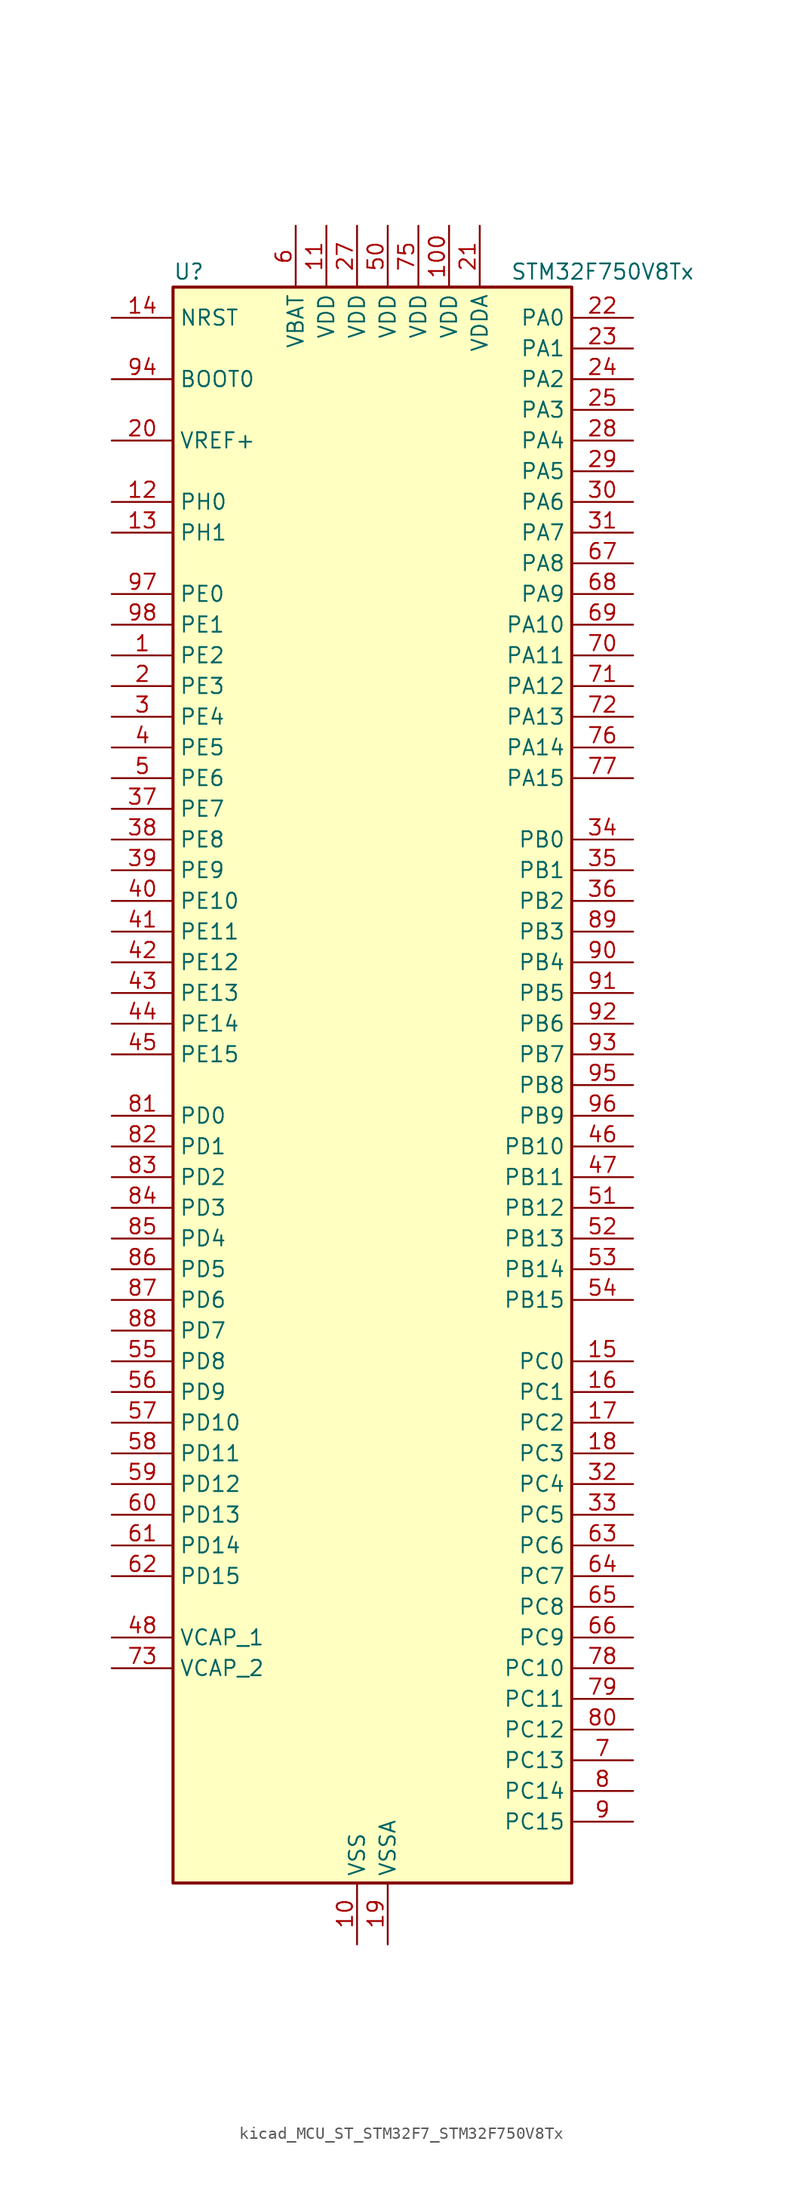
<source format=kicad_sym>
(kicad_symbol_lib
  (version 20220914)
  (generator kicad_symbol_editor)
  (symbol "kicad_MCU_ST_STM32F7_STM32F750V8Tx"
    (property "Reference" "U"
      (at -15.24 67.31 0)
      (effects (font (size 1.27 1.27)) (justify left)))
    (property "Value" "STM32F750V8Tx"
      (at 12.7 67.31 0)
      (effects (font (size 1.27 1.27)) (justify left)))
    (property "ki_locked" ""
      (at 0 0 0)
      (effects (font (size 1.27 1.27))))
    (symbol "kicad_MCU_ST_STM32F7_STM32F750V8Tx_0_1"
      (rectangle (start -15.24 -66.04) (end 17.78 66.04) (stroke (width 0.254) (type default)) (fill (type background))))
    (symbol "kicad_MCU_ST_STM32F7_STM32F750V8Tx_1_1"
      (pin bidirectional line (at -20.32 35.56 0) (length 5.08) (name "PE2" (effects (font (size 1.27 1.27)))) (number "1" (effects (font (size 1.27 1.27)))) (alternate "ETH_TXD3" bidirectional line) (alternate "FMC_A23" bidirectional line) (alternate "QUADSPI_BK1_IO2" bidirectional line) (alternate "SAI1_MCLK_A" bidirectional line) (alternate "SPI4_SCK" bidirectional line) (alternate "SYS_TRACECLK" bidirectional line))
      (pin power_in line (at 0 -71.12 90) (length 5.08) (name "VSS" (effects (font (size 1.27 1.27)))) (number "10" (effects (font (size 1.27 1.27)))))
      (pin power_in line (at 7.62 71.12 270) (length 5.08) (name "VDD" (effects (font (size 1.27 1.27)))) (number "100" (effects (font (size 1.27 1.27)))))
      (pin power_in line (at -2.54 71.12 270) (length 5.08) (name "VDD" (effects (font (size 1.27 1.27)))) (number "11" (effects (font (size 1.27 1.27)))))
      (pin bidirectional line (at -20.32 48.26 0) (length 5.08) (name "PH0" (effects (font (size 1.27 1.27)))) (number "12" (effects (font (size 1.27 1.27)))) (alternate "RCC_OSC_IN" bidirectional line))
      (pin bidirectional line (at -20.32 45.72 0) (length 5.08) (name "PH1" (effects (font (size 1.27 1.27)))) (number "13" (effects (font (size 1.27 1.27)))) (alternate "RCC_OSC_OUT" bidirectional line))
      (pin input line (at -20.32 63.5 0) (length 5.08) (name "NRST" (effects (font (size 1.27 1.27)))) (number "14" (effects (font (size 1.27 1.27)))))
      (pin bidirectional line (at 22.86 -22.86 180) (length 5.08) (name "PC0" (effects (font (size 1.27 1.27)))) (number "15" (effects (font (size 1.27 1.27)))) (alternate "ADC1_IN10" bidirectional line) (alternate "ADC2_IN10" bidirectional line) (alternate "ADC3_IN10" bidirectional line) (alternate "FMC_SDNWE" bidirectional line) (alternate "LTDC_R5" bidirectional line) (alternate "SAI2_FS_B" bidirectional line) (alternate "USB_OTG_HS_ULPI_STP" bidirectional line))
      (pin bidirectional line (at 22.86 -25.4 180) (length 5.08) (name "PC1" (effects (font (size 1.27 1.27)))) (number "16" (effects (font (size 1.27 1.27)))) (alternate "ADC1_IN11" bidirectional line) (alternate "ADC2_IN11" bidirectional line) (alternate "ADC3_IN11" bidirectional line) (alternate "ETH_MDC" bidirectional line) (alternate "I2S2_SD" bidirectional line) (alternate "RTC_TAMP3" bidirectional line) (alternate "RTC_TS" bidirectional line) (alternate "SAI1_SD_A" bidirectional line) (alternate "SPI2_MOSI" bidirectional line) (alternate "SYS_TRACED0" bidirectional line) (alternate "SYS_WKUP3" bidirectional line))
      (pin bidirectional line (at 22.86 -27.94 180) (length 5.08) (name "PC2" (effects (font (size 1.27 1.27)))) (number "17" (effects (font (size 1.27 1.27)))) (alternate "ADC1_IN12" bidirectional line) (alternate "ADC2_IN12" bidirectional line) (alternate "ADC3_IN12" bidirectional line) (alternate "ETH_TXD2" bidirectional line) (alternate "FMC_SDNE0" bidirectional line) (alternate "SPI2_MISO" bidirectional line) (alternate "USB_OTG_HS_ULPI_DIR" bidirectional line))
      (pin bidirectional line (at 22.86 -30.48 180) (length 5.08) (name "PC3" (effects (font (size 1.27 1.27)))) (number "18" (effects (font (size 1.27 1.27)))) (alternate "ADC1_IN13" bidirectional line) (alternate "ADC2_IN13" bidirectional line) (alternate "ADC3_IN13" bidirectional line) (alternate "ETH_TX_CLK" bidirectional line) (alternate "FMC_SDCKE0" bidirectional line) (alternate "I2S2_SD" bidirectional line) (alternate "SPI2_MOSI" bidirectional line) (alternate "USB_OTG_HS_ULPI_NXT" bidirectional line))
      (pin power_in line (at 2.54 -71.12 90) (length 5.08) (name "VSSA" (effects (font (size 1.27 1.27)))) (number "19" (effects (font (size 1.27 1.27)))))
      (pin bidirectional line (at -20.32 33.02 0) (length 5.08) (name "PE3" (effects (font (size 1.27 1.27)))) (number "2" (effects (font (size 1.27 1.27)))) (alternate "FMC_A19" bidirectional line) (alternate "SAI1_SD_B" bidirectional line) (alternate "SYS_TRACED0" bidirectional line))
      (pin input line (at -20.32 53.34 0) (length 5.08) (name "VREF+" (effects (font (size 1.27 1.27)))) (number "20" (effects (font (size 1.27 1.27)))))
      (pin power_in line (at 10.16 71.12 270) (length 5.08) (name "VDDA" (effects (font (size 1.27 1.27)))) (number "21" (effects (font (size 1.27 1.27)))))
      (pin bidirectional line (at 22.86 63.5 180) (length 5.08) (name "PA0" (effects (font (size 1.27 1.27)))) (number "22" (effects (font (size 1.27 1.27)))) (alternate "ADC1_IN0" bidirectional line) (alternate "ADC2_IN0" bidirectional line) (alternate "ADC3_IN0" bidirectional line) (alternate "ETH_CRS" bidirectional line) (alternate "SAI2_SD_B" bidirectional line) (alternate "SYS_WKUP1" bidirectional line) (alternate "TIM2_CH1" bidirectional line) (alternate "TIM2_ETR" bidirectional line) (alternate "TIM5_CH1" bidirectional line) (alternate "TIM8_ETR" bidirectional line) (alternate "UART4_TX" bidirectional line) (alternate "USART2_CTS" bidirectional line))
      (pin bidirectional line (at 22.86 60.96 180) (length 5.08) (name "PA1" (effects (font (size 1.27 1.27)))) (number "23" (effects (font (size 1.27 1.27)))) (alternate "ADC1_IN1" bidirectional line) (alternate "ADC2_IN1" bidirectional line) (alternate "ADC3_IN1" bidirectional line) (alternate "ETH_REF_CLK" bidirectional line) (alternate "ETH_RX_CLK" bidirectional line) (alternate "LTDC_R2" bidirectional line) (alternate "QUADSPI_BK1_IO3" bidirectional line) (alternate "SAI2_MCLK_B" bidirectional line) (alternate "TIM2_CH2" bidirectional line) (alternate "TIM5_CH2" bidirectional line) (alternate "UART4_RX" bidirectional line) (alternate "USART2_DE" bidirectional line) (alternate "USART2_RTS" bidirectional line))
      (pin bidirectional line (at 22.86 58.42 180) (length 5.08) (name "PA2" (effects (font (size 1.27 1.27)))) (number "24" (effects (font (size 1.27 1.27)))) (alternate "ADC1_IN2" bidirectional line) (alternate "ADC2_IN2" bidirectional line) (alternate "ADC3_IN2" bidirectional line) (alternate "ETH_MDIO" bidirectional line) (alternate "LTDC_R1" bidirectional line) (alternate "SAI2_SCK_B" bidirectional line) (alternate "SYS_WKUP2" bidirectional line) (alternate "TIM2_CH3" bidirectional line) (alternate "TIM5_CH3" bidirectional line) (alternate "TIM9_CH1" bidirectional line) (alternate "USART2_TX" bidirectional line))
      (pin bidirectional line (at 22.86 55.88 180) (length 5.08) (name "PA3" (effects (font (size 1.27 1.27)))) (number "25" (effects (font (size 1.27 1.27)))) (alternate "ADC1_IN3" bidirectional line) (alternate "ADC2_IN3" bidirectional line) (alternate "ADC3_IN3" bidirectional line) (alternate "ETH_COL" bidirectional line) (alternate "LTDC_B5" bidirectional line) (alternate "TIM2_CH4" bidirectional line) (alternate "TIM5_CH4" bidirectional line) (alternate "TIM9_CH2" bidirectional line) (alternate "USART2_RX" bidirectional line) (alternate "USB_OTG_HS_ULPI_D0" bidirectional line))
      (pin passive line (at 0 -71.12 90) (length 5.08) hide (name "VSS" (effects (font (size 1.27 1.27)))) (number "26" (effects (font (size 1.27 1.27)))))
      (pin power_in line (at 0 71.12 270) (length 5.08) (name "VDD" (effects (font (size 1.27 1.27)))) (number "27" (effects (font (size 1.27 1.27)))))
      (pin bidirectional line (at 22.86 53.34 180) (length 5.08) (name "PA4" (effects (font (size 1.27 1.27)))) (number "28" (effects (font (size 1.27 1.27)))) (alternate "ADC1_IN4" bidirectional line) (alternate "ADC2_IN4" bidirectional line) (alternate "DAC_OUT1" bidirectional line) (alternate "DCMI_HSYNC" bidirectional line) (alternate "I2S1_WS" bidirectional line) (alternate "I2S3_WS" bidirectional line) (alternate "LTDC_VSYNC" bidirectional line) (alternate "SPI1_NSS" bidirectional line) (alternate "SPI3_NSS" bidirectional line) (alternate "USART2_CK" bidirectional line) (alternate "USB_OTG_HS_SOF" bidirectional line))
      (pin bidirectional line (at 22.86 50.8 180) (length 5.08) (name "PA5" (effects (font (size 1.27 1.27)))) (number "29" (effects (font (size 1.27 1.27)))) (alternate "ADC1_IN5" bidirectional line) (alternate "ADC2_IN5" bidirectional line) (alternate "DAC_OUT2" bidirectional line) (alternate "I2S1_CK" bidirectional line) (alternate "LTDC_R4" bidirectional line) (alternate "SPI1_SCK" bidirectional line) (alternate "TIM2_CH1" bidirectional line) (alternate "TIM2_ETR" bidirectional line) (alternate "TIM8_CH1N" bidirectional line) (alternate "USB_OTG_HS_ULPI_CK" bidirectional line))
      (pin bidirectional line (at -20.32 30.48 0) (length 5.08) (name "PE4" (effects (font (size 1.27 1.27)))) (number "3" (effects (font (size 1.27 1.27)))) (alternate "DCMI_D4" bidirectional line) (alternate "FMC_A20" bidirectional line) (alternate "LTDC_B0" bidirectional line) (alternate "SAI1_FS_A" bidirectional line) (alternate "SPI4_NSS" bidirectional line) (alternate "SYS_TRACED1" bidirectional line))
      (pin bidirectional line (at 22.86 48.26 180) (length 5.08) (name "PA6" (effects (font (size 1.27 1.27)))) (number "30" (effects (font (size 1.27 1.27)))) (alternate "ADC1_IN6" bidirectional line) (alternate "ADC2_IN6" bidirectional line) (alternate "DCMI_PIXCLK" bidirectional line) (alternate "LTDC_G2" bidirectional line) (alternate "SPI1_MISO" bidirectional line) (alternate "TIM13_CH1" bidirectional line) (alternate "TIM1_BKIN" bidirectional line) (alternate "TIM3_CH1" bidirectional line) (alternate "TIM8_BKIN" bidirectional line))
      (pin bidirectional line (at 22.86 45.72 180) (length 5.08) (name "PA7" (effects (font (size 1.27 1.27)))) (number "31" (effects (font (size 1.27 1.27)))) (alternate "ADC1_IN7" bidirectional line) (alternate "ADC2_IN7" bidirectional line) (alternate "ETH_CRS_DV" bidirectional line) (alternate "ETH_RX_DV" bidirectional line) (alternate "FMC_SDNWE" bidirectional line) (alternate "I2S1_SD" bidirectional line) (alternate "SPI1_MOSI" bidirectional line) (alternate "TIM14_CH1" bidirectional line) (alternate "TIM1_CH1N" bidirectional line) (alternate "TIM3_CH2" bidirectional line) (alternate "TIM8_CH1N" bidirectional line))
      (pin bidirectional line (at 22.86 -33.02 180) (length 5.08) (name "PC4" (effects (font (size 1.27 1.27)))) (number "32" (effects (font (size 1.27 1.27)))) (alternate "ADC1_IN14" bidirectional line) (alternate "ADC2_IN14" bidirectional line) (alternate "ETH_RXD0" bidirectional line) (alternate "FMC_SDNE0" bidirectional line) (alternate "I2S1_MCK" bidirectional line) (alternate "SPDIFRX_IN2" bidirectional line))
      (pin bidirectional line (at 22.86 -35.56 180) (length 5.08) (name "PC5" (effects (font (size 1.27 1.27)))) (number "33" (effects (font (size 1.27 1.27)))) (alternate "ADC1_IN15" bidirectional line) (alternate "ADC2_IN15" bidirectional line) (alternate "ETH_RXD1" bidirectional line) (alternate "FMC_SDCKE0" bidirectional line) (alternate "SPDIFRX_IN3" bidirectional line))
      (pin bidirectional line (at 22.86 20.32 180) (length 5.08) (name "PB0" (effects (font (size 1.27 1.27)))) (number "34" (effects (font (size 1.27 1.27)))) (alternate "ADC1_IN8" bidirectional line) (alternate "ADC2_IN8" bidirectional line) (alternate "ETH_RXD2" bidirectional line) (alternate "LTDC_R3" bidirectional line) (alternate "TIM1_CH2N" bidirectional line) (alternate "TIM3_CH3" bidirectional line) (alternate "TIM8_CH2N" bidirectional line) (alternate "UART4_CTS" bidirectional line) (alternate "USB_OTG_HS_ULPI_D1" bidirectional line))
      (pin bidirectional line (at 22.86 17.78 180) (length 5.08) (name "PB1" (effects (font (size 1.27 1.27)))) (number "35" (effects (font (size 1.27 1.27)))) (alternate "ADC1_IN9" bidirectional line) (alternate "ADC2_IN9" bidirectional line) (alternate "ETH_RXD3" bidirectional line) (alternate "LTDC_R6" bidirectional line) (alternate "TIM1_CH3N" bidirectional line) (alternate "TIM3_CH4" bidirectional line) (alternate "TIM8_CH3N" bidirectional line) (alternate "USB_OTG_HS_ULPI_D2" bidirectional line))
      (pin bidirectional line (at 22.86 15.24 180) (length 5.08) (name "PB2" (effects (font (size 1.27 1.27)))) (number "36" (effects (font (size 1.27 1.27)))) (alternate "I2S3_SD" bidirectional line) (alternate "QUADSPI_CLK" bidirectional line) (alternate "SAI1_SD_A" bidirectional line) (alternate "SPI3_MOSI" bidirectional line))
      (pin bidirectional line (at -20.32 22.86 0) (length 5.08) (name "PE7" (effects (font (size 1.27 1.27)))) (number "37" (effects (font (size 1.27 1.27)))) (alternate "FMC_D4" bidirectional line) (alternate "FMC_DA4" bidirectional line) (alternate "QUADSPI_BK2_IO0" bidirectional line) (alternate "TIM1_ETR" bidirectional line) (alternate "UART7_RX" bidirectional line))
      (pin bidirectional line (at -20.32 20.32 0) (length 5.08) (name "PE8" (effects (font (size 1.27 1.27)))) (number "38" (effects (font (size 1.27 1.27)))) (alternate "FMC_D5" bidirectional line) (alternate "FMC_DA5" bidirectional line) (alternate "QUADSPI_BK2_IO1" bidirectional line) (alternate "TIM1_CH1N" bidirectional line) (alternate "UART7_TX" bidirectional line))
      (pin bidirectional line (at -20.32 17.78 0) (length 5.08) (name "PE9" (effects (font (size 1.27 1.27)))) (number "39" (effects (font (size 1.27 1.27)))) (alternate "DAC_EXTI9" bidirectional line) (alternate "FMC_D6" bidirectional line) (alternate "FMC_DA6" bidirectional line) (alternate "QUADSPI_BK2_IO2" bidirectional line) (alternate "TIM1_CH1" bidirectional line) (alternate "UART7_DE" bidirectional line) (alternate "UART7_RTS" bidirectional line))
      (pin bidirectional line (at -20.32 27.94 0) (length 5.08) (name "PE5" (effects (font (size 1.27 1.27)))) (number "4" (effects (font (size 1.27 1.27)))) (alternate "DCMI_D6" bidirectional line) (alternate "FMC_A21" bidirectional line) (alternate "LTDC_G0" bidirectional line) (alternate "SAI1_SCK_A" bidirectional line) (alternate "SPI4_MISO" bidirectional line) (alternate "SYS_TRACED2" bidirectional line) (alternate "TIM9_CH1" bidirectional line))
      (pin bidirectional line (at -20.32 15.24 0) (length 5.08) (name "PE10" (effects (font (size 1.27 1.27)))) (number "40" (effects (font (size 1.27 1.27)))) (alternate "FMC_D7" bidirectional line) (alternate "FMC_DA7" bidirectional line) (alternate "QUADSPI_BK2_IO3" bidirectional line) (alternate "TIM1_CH2N" bidirectional line) (alternate "UART7_CTS" bidirectional line))
      (pin bidirectional line (at -20.32 12.7 0) (length 5.08) (name "PE11" (effects (font (size 1.27 1.27)))) (number "41" (effects (font (size 1.27 1.27)))) (alternate "ADC1_EXTI11" bidirectional line) (alternate "ADC2_EXTI11" bidirectional line) (alternate "ADC3_EXTI11" bidirectional line) (alternate "FMC_D8" bidirectional line) (alternate "FMC_DA8" bidirectional line) (alternate "LTDC_G3" bidirectional line) (alternate "SAI2_SD_B" bidirectional line) (alternate "SPI4_NSS" bidirectional line) (alternate "TIM1_CH2" bidirectional line))
      (pin bidirectional line (at -20.32 10.16 0) (length 5.08) (name "PE12" (effects (font (size 1.27 1.27)))) (number "42" (effects (font (size 1.27 1.27)))) (alternate "FMC_D9" bidirectional line) (alternate "FMC_DA9" bidirectional line) (alternate "LTDC_B4" bidirectional line) (alternate "SAI2_SCK_B" bidirectional line) (alternate "SPI4_SCK" bidirectional line) (alternate "TIM1_CH3N" bidirectional line))
      (pin bidirectional line (at -20.32 7.62 0) (length 5.08) (name "PE13" (effects (font (size 1.27 1.27)))) (number "43" (effects (font (size 1.27 1.27)))) (alternate "FMC_D10" bidirectional line) (alternate "FMC_DA10" bidirectional line) (alternate "LTDC_DE" bidirectional line) (alternate "SAI2_FS_B" bidirectional line) (alternate "SPI4_MISO" bidirectional line) (alternate "TIM1_CH3" bidirectional line))
      (pin bidirectional line (at -20.32 5.08 0) (length 5.08) (name "PE14" (effects (font (size 1.27 1.27)))) (number "44" (effects (font (size 1.27 1.27)))) (alternate "FMC_D11" bidirectional line) (alternate "FMC_DA11" bidirectional line) (alternate "LTDC_CLK" bidirectional line) (alternate "SAI2_MCLK_B" bidirectional line) (alternate "SPI4_MOSI" bidirectional line) (alternate "TIM1_CH4" bidirectional line))
      (pin bidirectional line (at -20.32 2.54 0) (length 5.08) (name "PE15" (effects (font (size 1.27 1.27)))) (number "45" (effects (font (size 1.27 1.27)))) (alternate "FMC_D12" bidirectional line) (alternate "FMC_DA12" bidirectional line) (alternate "LTDC_R7" bidirectional line) (alternate "TIM1_BKIN" bidirectional line))
      (pin bidirectional line (at 22.86 -5.08 180) (length 5.08) (name "PB10" (effects (font (size 1.27 1.27)))) (number "46" (effects (font (size 1.27 1.27)))) (alternate "ETH_RX_ER" bidirectional line) (alternate "I2C2_SCL" bidirectional line) (alternate "I2S2_CK" bidirectional line) (alternate "LTDC_G4" bidirectional line) (alternate "SPI2_SCK" bidirectional line) (alternate "TIM2_CH3" bidirectional line) (alternate "USART3_TX" bidirectional line) (alternate "USB_OTG_HS_ULPI_D3" bidirectional line))
      (pin bidirectional line (at 22.86 -7.62 180) (length 5.08) (name "PB11" (effects (font (size 1.27 1.27)))) (number "47" (effects (font (size 1.27 1.27)))) (alternate "ADC1_EXTI11" bidirectional line) (alternate "ADC2_EXTI11" bidirectional line) (alternate "ADC3_EXTI11" bidirectional line) (alternate "ETH_TX_EN" bidirectional line) (alternate "I2C2_SDA" bidirectional line) (alternate "LTDC_G5" bidirectional line) (alternate "TIM2_CH4" bidirectional line) (alternate "USART3_RX" bidirectional line) (alternate "USB_OTG_HS_ULPI_D4" bidirectional line))
      (pin power_out line (at -20.32 -45.72 0) (length 5.08) (name "VCAP_1" (effects (font (size 1.27 1.27)))) (number "48" (effects (font (size 1.27 1.27)))))
      (pin passive line (at 0 -71.12 90) (length 5.08) hide (name "VSS" (effects (font (size 1.27 1.27)))) (number "49" (effects (font (size 1.27 1.27)))))
      (pin bidirectional line (at -20.32 25.4 0) (length 5.08) (name "PE6" (effects (font (size 1.27 1.27)))) (number "5" (effects (font (size 1.27 1.27)))) (alternate "DCMI_D7" bidirectional line) (alternate "FMC_A22" bidirectional line) (alternate "LTDC_G1" bidirectional line) (alternate "SAI1_SD_A" bidirectional line) (alternate "SAI2_MCLK_B" bidirectional line) (alternate "SPI4_MOSI" bidirectional line) (alternate "SYS_TRACED3" bidirectional line) (alternate "TIM1_BKIN2" bidirectional line) (alternate "TIM9_CH2" bidirectional line))
      (pin power_in line (at 2.54 71.12 270) (length 5.08) (name "VDD" (effects (font (size 1.27 1.27)))) (number "50" (effects (font (size 1.27 1.27)))))
      (pin bidirectional line (at 22.86 -10.16 180) (length 5.08) (name "PB12" (effects (font (size 1.27 1.27)))) (number "51" (effects (font (size 1.27 1.27)))) (alternate "CAN2_RX" bidirectional line) (alternate "ETH_TXD0" bidirectional line) (alternate "I2C2_SMBA" bidirectional line) (alternate "I2S2_WS" bidirectional line) (alternate "SPI2_NSS" bidirectional line) (alternate "TIM1_BKIN" bidirectional line) (alternate "USART3_CK" bidirectional line) (alternate "USB_OTG_HS_ID" bidirectional line) (alternate "USB_OTG_HS_ULPI_D5" bidirectional line))
      (pin bidirectional line (at 22.86 -12.7 180) (length 5.08) (name "PB13" (effects (font (size 1.27 1.27)))) (number "52" (effects (font (size 1.27 1.27)))) (alternate "CAN2_TX" bidirectional line) (alternate "ETH_TXD1" bidirectional line) (alternate "I2S2_CK" bidirectional line) (alternate "SPI2_SCK" bidirectional line) (alternate "TIM1_CH1N" bidirectional line) (alternate "USART3_CTS" bidirectional line) (alternate "USB_OTG_HS_ULPI_D6" bidirectional line) (alternate "USB_OTG_HS_VBUS" bidirectional line))
      (pin bidirectional line (at 22.86 -15.24 180) (length 5.08) (name "PB14" (effects (font (size 1.27 1.27)))) (number "53" (effects (font (size 1.27 1.27)))) (alternate "SPI2_MISO" bidirectional line) (alternate "TIM12_CH1" bidirectional line) (alternate "TIM1_CH2N" bidirectional line) (alternate "TIM8_CH2N" bidirectional line) (alternate "USART3_DE" bidirectional line) (alternate "USART3_RTS" bidirectional line) (alternate "USB_OTG_HS_DM" bidirectional line))
      (pin bidirectional line (at 22.86 -17.78 180) (length 5.08) (name "PB15" (effects (font (size 1.27 1.27)))) (number "54" (effects (font (size 1.27 1.27)))) (alternate "I2S2_SD" bidirectional line) (alternate "RTC_REFIN" bidirectional line) (alternate "SPI2_MOSI" bidirectional line) (alternate "TIM12_CH2" bidirectional line) (alternate "TIM1_CH3N" bidirectional line) (alternate "TIM8_CH3N" bidirectional line) (alternate "USB_OTG_HS_DP" bidirectional line))
      (pin bidirectional line (at -20.32 -22.86 0) (length 5.08) (name "PD8" (effects (font (size 1.27 1.27)))) (number "55" (effects (font (size 1.27 1.27)))) (alternate "FMC_D13" bidirectional line) (alternate "FMC_DA13" bidirectional line) (alternate "SPDIFRX_IN1" bidirectional line) (alternate "USART3_TX" bidirectional line))
      (pin bidirectional line (at -20.32 -25.4 0) (length 5.08) (name "PD9" (effects (font (size 1.27 1.27)))) (number "56" (effects (font (size 1.27 1.27)))) (alternate "DAC_EXTI9" bidirectional line) (alternate "FMC_D14" bidirectional line) (alternate "FMC_DA14" bidirectional line) (alternate "USART3_RX" bidirectional line))
      (pin bidirectional line (at -20.32 -27.94 0) (length 5.08) (name "PD10" (effects (font (size 1.27 1.27)))) (number "57" (effects (font (size 1.27 1.27)))) (alternate "FMC_D15" bidirectional line) (alternate "FMC_DA15" bidirectional line) (alternate "LTDC_B3" bidirectional line) (alternate "USART3_CK" bidirectional line))
      (pin bidirectional line (at -20.32 -30.48 0) (length 5.08) (name "PD11" (effects (font (size 1.27 1.27)))) (number "58" (effects (font (size 1.27 1.27)))) (alternate "ADC1_EXTI11" bidirectional line) (alternate "ADC2_EXTI11" bidirectional line) (alternate "ADC3_EXTI11" bidirectional line) (alternate "FMC_A16" bidirectional line) (alternate "FMC_CLE" bidirectional line) (alternate "I2C4_SMBA" bidirectional line) (alternate "QUADSPI_BK1_IO0" bidirectional line) (alternate "SAI2_SD_A" bidirectional line) (alternate "USART3_CTS" bidirectional line))
      (pin bidirectional line (at -20.32 -33.02 0) (length 5.08) (name "PD12" (effects (font (size 1.27 1.27)))) (number "59" (effects (font (size 1.27 1.27)))) (alternate "FMC_A17" bidirectional line) (alternate "FMC_ALE" bidirectional line) (alternate "I2C4_SCL" bidirectional line) (alternate "LPTIM1_IN1" bidirectional line) (alternate "QUADSPI_BK1_IO1" bidirectional line) (alternate "SAI2_FS_A" bidirectional line) (alternate "TIM4_CH1" bidirectional line) (alternate "USART3_DE" bidirectional line) (alternate "USART3_RTS" bidirectional line))
      (pin power_in line (at -5.08 71.12 270) (length 5.08) (name "VBAT" (effects (font (size 1.27 1.27)))) (number "6" (effects (font (size 1.27 1.27)))))
      (pin bidirectional line (at -20.32 -35.56 0) (length 5.08) (name "PD13" (effects (font (size 1.27 1.27)))) (number "60" (effects (font (size 1.27 1.27)))) (alternate "FMC_A18" bidirectional line) (alternate "I2C4_SDA" bidirectional line) (alternate "LPTIM1_OUT" bidirectional line) (alternate "QUADSPI_BK1_IO3" bidirectional line) (alternate "SAI2_SCK_A" bidirectional line) (alternate "TIM4_CH2" bidirectional line))
      (pin bidirectional line (at -20.32 -38.1 0) (length 5.08) (name "PD14" (effects (font (size 1.27 1.27)))) (number "61" (effects (font (size 1.27 1.27)))) (alternate "FMC_D0" bidirectional line) (alternate "FMC_DA0" bidirectional line) (alternate "TIM4_CH3" bidirectional line) (alternate "UART8_CTS" bidirectional line))
      (pin bidirectional line (at -20.32 -40.64 0) (length 5.08) (name "PD15" (effects (font (size 1.27 1.27)))) (number "62" (effects (font (size 1.27 1.27)))) (alternate "FMC_D1" bidirectional line) (alternate "FMC_DA1" bidirectional line) (alternate "TIM4_CH4" bidirectional line) (alternate "UART8_DE" bidirectional line) (alternate "UART8_RTS" bidirectional line))
      (pin bidirectional line (at 22.86 -38.1 180) (length 5.08) (name "PC6" (effects (font (size 1.27 1.27)))) (number "63" (effects (font (size 1.27 1.27)))) (alternate "DCMI_D0" bidirectional line) (alternate "I2S2_MCK" bidirectional line) (alternate "LTDC_HSYNC" bidirectional line) (alternate "SDMMC1_D6" bidirectional line) (alternate "TIM3_CH1" bidirectional line) (alternate "TIM8_CH1" bidirectional line) (alternate "USART6_TX" bidirectional line))
      (pin bidirectional line (at 22.86 -40.64 180) (length 5.08) (name "PC7" (effects (font (size 1.27 1.27)))) (number "64" (effects (font (size 1.27 1.27)))) (alternate "DCMI_D1" bidirectional line) (alternate "I2S3_MCK" bidirectional line) (alternate "LTDC_G6" bidirectional line) (alternate "SDMMC1_D7" bidirectional line) (alternate "TIM3_CH2" bidirectional line) (alternate "TIM8_CH2" bidirectional line) (alternate "USART6_RX" bidirectional line))
      (pin bidirectional line (at 22.86 -43.18 180) (length 5.08) (name "PC8" (effects (font (size 1.27 1.27)))) (number "65" (effects (font (size 1.27 1.27)))) (alternate "DCMI_D2" bidirectional line) (alternate "SDMMC1_D0" bidirectional line) (alternate "SYS_TRACED1" bidirectional line) (alternate "TIM3_CH3" bidirectional line) (alternate "TIM8_CH3" bidirectional line) (alternate "UART5_DE" bidirectional line) (alternate "UART5_RTS" bidirectional line) (alternate "USART6_CK" bidirectional line))
      (pin bidirectional line (at 22.86 -45.72 180) (length 5.08) (name "PC9" (effects (font (size 1.27 1.27)))) (number "66" (effects (font (size 1.27 1.27)))) (alternate "DAC_EXTI9" bidirectional line) (alternate "DCMI_D3" bidirectional line) (alternate "I2C3_SDA" bidirectional line) (alternate "I2S_CKIN" bidirectional line) (alternate "QUADSPI_BK1_IO0" bidirectional line) (alternate "RCC_MCO_2" bidirectional line) (alternate "SDMMC1_D1" bidirectional line) (alternate "TIM3_CH4" bidirectional line) (alternate "TIM8_CH4" bidirectional line) (alternate "UART5_CTS" bidirectional line))
      (pin bidirectional line (at 22.86 43.18 180) (length 5.08) (name "PA8" (effects (font (size 1.27 1.27)))) (number "67" (effects (font (size 1.27 1.27)))) (alternate "I2C3_SCL" bidirectional line) (alternate "LTDC_R6" bidirectional line) (alternate "RCC_MCO_1" bidirectional line) (alternate "TIM1_CH1" bidirectional line) (alternate "TIM8_BKIN2" bidirectional line) (alternate "USART1_CK" bidirectional line) (alternate "USB_OTG_FS_SOF" bidirectional line))
      (pin bidirectional line (at 22.86 40.64 180) (length 5.08) (name "PA9" (effects (font (size 1.27 1.27)))) (number "68" (effects (font (size 1.27 1.27)))) (alternate "DAC_EXTI9" bidirectional line) (alternate "DCMI_D0" bidirectional line) (alternate "I2C3_SMBA" bidirectional line) (alternate "I2S2_CK" bidirectional line) (alternate "SPI2_SCK" bidirectional line) (alternate "TIM1_CH2" bidirectional line) (alternate "USART1_TX" bidirectional line) (alternate "USB_OTG_FS_VBUS" bidirectional line))
      (pin bidirectional line (at 22.86 38.1 180) (length 5.08) (name "PA10" (effects (font (size 1.27 1.27)))) (number "69" (effects (font (size 1.27 1.27)))) (alternate "DCMI_D1" bidirectional line) (alternate "TIM1_CH3" bidirectional line) (alternate "USART1_RX" bidirectional line) (alternate "USB_OTG_FS_ID" bidirectional line))
      (pin bidirectional line (at 22.86 -55.88 180) (length 5.08) (name "PC13" (effects (font (size 1.27 1.27)))) (number "7" (effects (font (size 1.27 1.27)))) (alternate "RTC_OUT" bidirectional line) (alternate "RTC_TAMP1" bidirectional line) (alternate "RTC_TS" bidirectional line) (alternate "SYS_WKUP4" bidirectional line))
      (pin bidirectional line (at 22.86 35.56 180) (length 5.08) (name "PA11" (effects (font (size 1.27 1.27)))) (number "70" (effects (font (size 1.27 1.27)))) (alternate "ADC1_EXTI11" bidirectional line) (alternate "ADC2_EXTI11" bidirectional line) (alternate "ADC3_EXTI11" bidirectional line) (alternate "CAN1_RX" bidirectional line) (alternate "LTDC_R4" bidirectional line) (alternate "TIM1_CH4" bidirectional line) (alternate "USART1_CTS" bidirectional line) (alternate "USB_OTG_FS_DM" bidirectional line))
      (pin bidirectional line (at 22.86 33.02 180) (length 5.08) (name "PA12" (effects (font (size 1.27 1.27)))) (number "71" (effects (font (size 1.27 1.27)))) (alternate "CAN1_TX" bidirectional line) (alternate "LTDC_R5" bidirectional line) (alternate "SAI2_FS_B" bidirectional line) (alternate "TIM1_ETR" bidirectional line) (alternate "USART1_DE" bidirectional line) (alternate "USART1_RTS" bidirectional line) (alternate "USB_OTG_FS_DP" bidirectional line))
      (pin bidirectional line (at 22.86 30.48 180) (length 5.08) (name "PA13" (effects (font (size 1.27 1.27)))) (number "72" (effects (font (size 1.27 1.27)))) (alternate "SYS_JTMS-SWDIO" bidirectional line))
      (pin power_out line (at -20.32 -48.26 0) (length 5.08) (name "VCAP_2" (effects (font (size 1.27 1.27)))) (number "73" (effects (font (size 1.27 1.27)))))
      (pin passive line (at 0 -71.12 90) (length 5.08) hide (name "VSS" (effects (font (size 1.27 1.27)))) (number "74" (effects (font (size 1.27 1.27)))))
      (pin power_in line (at 5.08 71.12 270) (length 5.08) (name "VDD" (effects (font (size 1.27 1.27)))) (number "75" (effects (font (size 1.27 1.27)))))
      (pin bidirectional line (at 22.86 27.94 180) (length 5.08) (name "PA14" (effects (font (size 1.27 1.27)))) (number "76" (effects (font (size 1.27 1.27)))) (alternate "SYS_JTCK-SWCLK" bidirectional line))
      (pin bidirectional line (at 22.86 25.4 180) (length 5.08) (name "PA15" (effects (font (size 1.27 1.27)))) (number "77" (effects (font (size 1.27 1.27)))) (alternate "CEC" bidirectional line) (alternate "I2S1_WS" bidirectional line) (alternate "I2S3_WS" bidirectional line) (alternate "SPI1_NSS" bidirectional line) (alternate "SPI3_NSS" bidirectional line) (alternate "SYS_JTDI" bidirectional line) (alternate "TIM2_CH1" bidirectional line) (alternate "TIM2_ETR" bidirectional line) (alternate "UART4_DE" bidirectional line) (alternate "UART4_RTS" bidirectional line))
      (pin bidirectional line (at 22.86 -48.26 180) (length 5.08) (name "PC10" (effects (font (size 1.27 1.27)))) (number "78" (effects (font (size 1.27 1.27)))) (alternate "DCMI_D8" bidirectional line) (alternate "I2S3_CK" bidirectional line) (alternate "LTDC_R2" bidirectional line) (alternate "QUADSPI_BK1_IO1" bidirectional line) (alternate "SDMMC1_D2" bidirectional line) (alternate "SPI3_SCK" bidirectional line) (alternate "UART4_TX" bidirectional line) (alternate "USART3_TX" bidirectional line))
      (pin bidirectional line (at 22.86 -50.8 180) (length 5.08) (name "PC11" (effects (font (size 1.27 1.27)))) (number "79" (effects (font (size 1.27 1.27)))) (alternate "ADC1_EXTI11" bidirectional line) (alternate "ADC2_EXTI11" bidirectional line) (alternate "ADC3_EXTI11" bidirectional line) (alternate "DCMI_D4" bidirectional line) (alternate "QUADSPI_BK2_NCS" bidirectional line) (alternate "SDMMC1_D3" bidirectional line) (alternate "SPI3_MISO" bidirectional line) (alternate "UART4_RX" bidirectional line) (alternate "USART3_RX" bidirectional line))
      (pin bidirectional line (at 22.86 -58.42 180) (length 5.08) (name "PC14" (effects (font (size 1.27 1.27)))) (number "8" (effects (font (size 1.27 1.27)))) (alternate "RCC_OSC32_IN" bidirectional line))
      (pin bidirectional line (at 22.86 -53.34 180) (length 5.08) (name "PC12" (effects (font (size 1.27 1.27)))) (number "80" (effects (font (size 1.27 1.27)))) (alternate "DCMI_D9" bidirectional line) (alternate "I2S3_SD" bidirectional line) (alternate "SDMMC1_CK" bidirectional line) (alternate "SPI3_MOSI" bidirectional line) (alternate "SYS_TRACED3" bidirectional line) (alternate "UART5_TX" bidirectional line) (alternate "USART3_CK" bidirectional line))
      (pin bidirectional line (at -20.32 -2.54 0) (length 5.08) (name "PD0" (effects (font (size 1.27 1.27)))) (number "81" (effects (font (size 1.27 1.27)))) (alternate "CAN1_RX" bidirectional line) (alternate "FMC_D2" bidirectional line) (alternate "FMC_DA2" bidirectional line))
      (pin bidirectional line (at -20.32 -5.08 0) (length 5.08) (name "PD1" (effects (font (size 1.27 1.27)))) (number "82" (effects (font (size 1.27 1.27)))) (alternate "CAN1_TX" bidirectional line) (alternate "FMC_D3" bidirectional line) (alternate "FMC_DA3" bidirectional line))
      (pin bidirectional line (at -20.32 -7.62 0) (length 5.08) (name "PD2" (effects (font (size 1.27 1.27)))) (number "83" (effects (font (size 1.27 1.27)))) (alternate "DCMI_D11" bidirectional line) (alternate "SDMMC1_CMD" bidirectional line) (alternate "SYS_TRACED2" bidirectional line) (alternate "TIM3_ETR" bidirectional line) (alternate "UART5_RX" bidirectional line))
      (pin bidirectional line (at -20.32 -10.16 0) (length 5.08) (name "PD3" (effects (font (size 1.27 1.27)))) (number "84" (effects (font (size 1.27 1.27)))) (alternate "DCMI_D5" bidirectional line) (alternate "FMC_CLK" bidirectional line) (alternate "I2S2_CK" bidirectional line) (alternate "LTDC_G7" bidirectional line) (alternate "SPI2_SCK" bidirectional line) (alternate "USART2_CTS" bidirectional line))
      (pin bidirectional line (at -20.32 -12.7 0) (length 5.08) (name "PD4" (effects (font (size 1.27 1.27)))) (number "85" (effects (font (size 1.27 1.27)))) (alternate "FMC_NOE" bidirectional line) (alternate "USART2_DE" bidirectional line) (alternate "USART2_RTS" bidirectional line))
      (pin bidirectional line (at -20.32 -15.24 0) (length 5.08) (name "PD5" (effects (font (size 1.27 1.27)))) (number "86" (effects (font (size 1.27 1.27)))) (alternate "FMC_NWE" bidirectional line) (alternate "USART2_TX" bidirectional line))
      (pin bidirectional line (at -20.32 -17.78 0) (length 5.08) (name "PD6" (effects (font (size 1.27 1.27)))) (number "87" (effects (font (size 1.27 1.27)))) (alternate "DCMI_D10" bidirectional line) (alternate "FMC_NWAIT" bidirectional line) (alternate "I2S3_SD" bidirectional line) (alternate "LTDC_B2" bidirectional line) (alternate "SAI1_SD_A" bidirectional line) (alternate "SPI3_MOSI" bidirectional line) (alternate "USART2_RX" bidirectional line))
      (pin bidirectional line (at -20.32 -20.32 0) (length 5.08) (name "PD7" (effects (font (size 1.27 1.27)))) (number "88" (effects (font (size 1.27 1.27)))) (alternate "FMC_NE1" bidirectional line) (alternate "SPDIFRX_IN0" bidirectional line) (alternate "USART2_CK" bidirectional line))
      (pin bidirectional line (at 22.86 12.7 180) (length 5.08) (name "PB3" (effects (font (size 1.27 1.27)))) (number "89" (effects (font (size 1.27 1.27)))) (alternate "I2S1_CK" bidirectional line) (alternate "I2S3_CK" bidirectional line) (alternate "SPI1_SCK" bidirectional line) (alternate "SPI3_SCK" bidirectional line) (alternate "SYS_JTDO-SWO" bidirectional line) (alternate "TIM2_CH2" bidirectional line))
      (pin bidirectional line (at 22.86 -60.96 180) (length 5.08) (name "PC15" (effects (font (size 1.27 1.27)))) (number "9" (effects (font (size 1.27 1.27)))) (alternate "RCC_OSC32_OUT" bidirectional line))
      (pin bidirectional line (at 22.86 10.16 180) (length 5.08) (name "PB4" (effects (font (size 1.27 1.27)))) (number "90" (effects (font (size 1.27 1.27)))) (alternate "I2S2_WS" bidirectional line) (alternate "SPI1_MISO" bidirectional line) (alternate "SPI2_NSS" bidirectional line) (alternate "SPI3_MISO" bidirectional line) (alternate "SYS_JTRST" bidirectional line) (alternate "TIM3_CH1" bidirectional line))
      (pin bidirectional line (at 22.86 7.62 180) (length 5.08) (name "PB5" (effects (font (size 1.27 1.27)))) (number "91" (effects (font (size 1.27 1.27)))) (alternate "CAN2_RX" bidirectional line) (alternate "DCMI_D10" bidirectional line) (alternate "ETH_PPS_OUT" bidirectional line) (alternate "FMC_SDCKE1" bidirectional line) (alternate "I2C1_SMBA" bidirectional line) (alternate "I2S1_SD" bidirectional line) (alternate "I2S3_SD" bidirectional line) (alternate "SPI1_MOSI" bidirectional line) (alternate "SPI3_MOSI" bidirectional line) (alternate "TIM3_CH2" bidirectional line) (alternate "USB_OTG_HS_ULPI_D7" bidirectional line))
      (pin bidirectional line (at 22.86 5.08 180) (length 5.08) (name "PB6" (effects (font (size 1.27 1.27)))) (number "92" (effects (font (size 1.27 1.27)))) (alternate "CAN2_TX" bidirectional line) (alternate "CEC" bidirectional line) (alternate "DCMI_D5" bidirectional line) (alternate "FMC_SDNE1" bidirectional line) (alternate "I2C1_SCL" bidirectional line) (alternate "QUADSPI_BK1_NCS" bidirectional line) (alternate "TIM4_CH1" bidirectional line) (alternate "USART1_TX" bidirectional line))
      (pin bidirectional line (at 22.86 2.54 180) (length 5.08) (name "PB7" (effects (font (size 1.27 1.27)))) (number "93" (effects (font (size 1.27 1.27)))) (alternate "DCMI_VSYNC" bidirectional line) (alternate "FMC_NL" bidirectional line) (alternate "I2C1_SDA" bidirectional line) (alternate "TIM4_CH2" bidirectional line) (alternate "USART1_RX" bidirectional line))
      (pin input line (at -20.32 58.42 0) (length 5.08) (name "BOOT0" (effects (font (size 1.27 1.27)))) (number "94" (effects (font (size 1.27 1.27)))))
      (pin bidirectional line (at 22.86 0 180) (length 5.08) (name "PB8" (effects (font (size 1.27 1.27)))) (number "95" (effects (font (size 1.27 1.27)))) (alternate "CAN1_RX" bidirectional line) (alternate "DCMI_D6" bidirectional line) (alternate "ETH_TXD3" bidirectional line) (alternate "I2C1_SCL" bidirectional line) (alternate "LTDC_B6" bidirectional line) (alternate "SDMMC1_D4" bidirectional line) (alternate "TIM10_CH1" bidirectional line) (alternate "TIM4_CH3" bidirectional line))
      (pin bidirectional line (at 22.86 -2.54 180) (length 5.08) (name "PB9" (effects (font (size 1.27 1.27)))) (number "96" (effects (font (size 1.27 1.27)))) (alternate "CAN1_TX" bidirectional line) (alternate "DAC_EXTI9" bidirectional line) (alternate "DCMI_D7" bidirectional line) (alternate "I2C1_SDA" bidirectional line) (alternate "I2S2_WS" bidirectional line) (alternate "LTDC_B7" bidirectional line) (alternate "SDMMC1_D5" bidirectional line) (alternate "SPI2_NSS" bidirectional line) (alternate "TIM11_CH1" bidirectional line) (alternate "TIM4_CH4" bidirectional line))
      (pin bidirectional line (at -20.32 40.64 0) (length 5.08) (name "PE0" (effects (font (size 1.27 1.27)))) (number "97" (effects (font (size 1.27 1.27)))) (alternate "DCMI_D2" bidirectional line) (alternate "FMC_NBL0" bidirectional line) (alternate "LPTIM1_ETR" bidirectional line) (alternate "SAI2_MCLK_A" bidirectional line) (alternate "TIM4_ETR" bidirectional line) (alternate "UART8_RX" bidirectional line))
      (pin bidirectional line (at -20.32 38.1 0) (length 5.08) (name "PE1" (effects (font (size 1.27 1.27)))) (number "98" (effects (font (size 1.27 1.27)))) (alternate "DCMI_D3" bidirectional line) (alternate "FMC_NBL1" bidirectional line) (alternate "LPTIM1_IN2" bidirectional line) (alternate "UART8_TX" bidirectional line))
      (pin passive line (at 0 -71.12 90) (length 5.08) hide (name "VSS" (effects (font (size 1.27 1.27)))) (number "99" (effects (font (size 1.27 1.27))))))))
</source>
